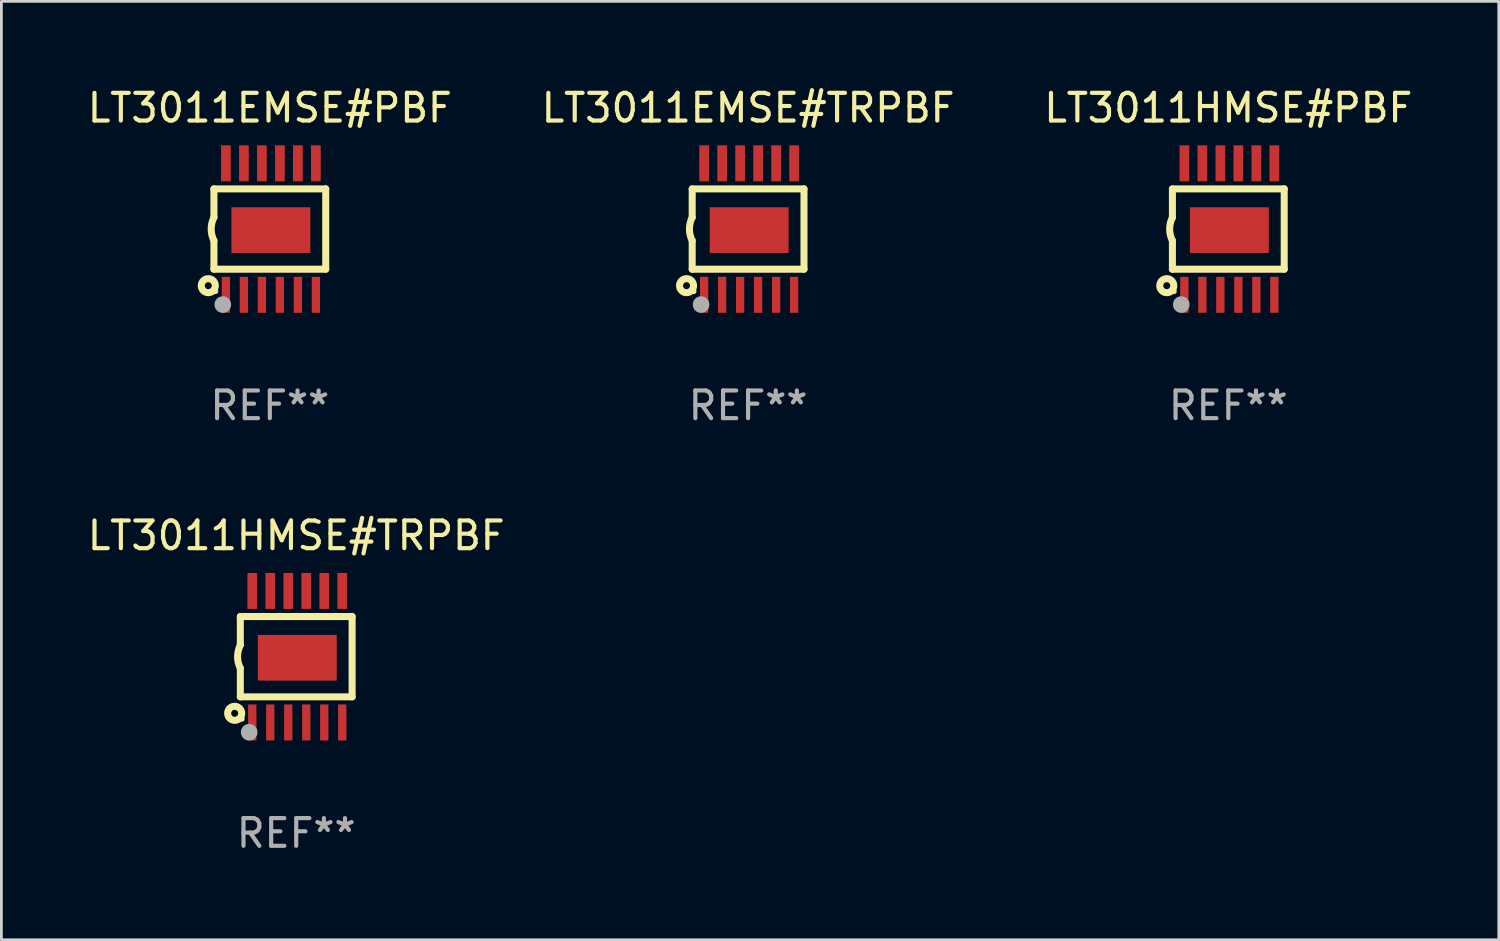
<source format=kicad_pcb>
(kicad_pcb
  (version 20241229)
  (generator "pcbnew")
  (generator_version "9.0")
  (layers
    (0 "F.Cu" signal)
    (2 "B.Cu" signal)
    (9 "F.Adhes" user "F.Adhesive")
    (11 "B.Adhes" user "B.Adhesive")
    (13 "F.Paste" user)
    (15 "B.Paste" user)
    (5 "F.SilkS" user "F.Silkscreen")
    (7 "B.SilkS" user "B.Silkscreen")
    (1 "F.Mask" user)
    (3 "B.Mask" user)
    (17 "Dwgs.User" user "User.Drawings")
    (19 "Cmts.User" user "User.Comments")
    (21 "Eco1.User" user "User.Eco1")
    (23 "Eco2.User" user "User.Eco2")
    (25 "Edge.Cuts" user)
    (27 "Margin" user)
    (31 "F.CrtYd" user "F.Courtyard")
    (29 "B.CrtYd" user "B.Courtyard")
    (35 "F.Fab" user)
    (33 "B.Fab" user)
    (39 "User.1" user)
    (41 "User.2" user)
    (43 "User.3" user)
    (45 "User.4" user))
  (footprint "LT3011EMSE#TRPBF"
    (layer "F.Cu")
    (at 23.97 5.223)
    (property "Reference" "LT3011EMSE#TRPBF" (at 0 -4.375 0) (layer "F.SilkS") (effects (font (size 1 1) (thickness 0.15))))
    (attr through_hole)
    (fp_line (start -2.019 -1.45) (end -2.019 -0.419) (stroke (width 0.254) (type solid)) (layer "F.SilkS"))
    (fp_line (start -2.019 1.45) (end -2.019 0.419) (stroke (width 0.254) (type solid)) (layer "F.SilkS"))
    (fp_line (start -2.019 1.45) (end 2.019 1.45) (stroke (width 0.254) (type solid)) (layer "F.SilkS"))
    (fp_line (start 2.019 -1.45) (end -2.019 -1.45) (stroke (width 0.254) (type solid)) (layer "F.SilkS"))
    (fp_line (start 2.019 -1.45) (end 2.019 1.45) (stroke (width 0.254) (type solid)) (layer "F.SilkS"))
    (fp_arc (start -2.019304 0.419101) (mid -2.11824 0) (end -2.019304 -0.419101) (stroke (width 0.254001) (type solid)) (layer "F.SilkS"))
    (fp_circle (center -2.223 2.045) (end -1.969 2.045) (stroke (width 0.254) (type solid)) (fill no) (layer "F.SilkS"))
    (fp_circle (center -1.962 2.25) (end -1.912 2.25) (stroke (width 0.1) (type solid)) (fill no) (layer "F.SilkS"))
    (fp_circle (center -1.699 2.728) (end -1.549 2.728) (stroke (width 0.3) (type solid)) (fill no) (layer "F.Fab"))
    (fp_text user "REF**" (at 0 6.375 0) (layer "F.Fab") (effects (font (size 1 1) (thickness 0.15))))
    (pad "1" smd rect (at -1.587 2.375) (size 0.3 1.3) (layers "F.Cu" "F.Mask" "F.Paste"))
    (pad "2" smd rect (at -0.937 2.375) (size 0.3 1.3) (layers "F.Cu" "F.Mask" "F.Paste"))
    (pad "3" smd rect (at -0.287 2.375) (size 0.3 1.3) (layers "F.Cu" "F.Mask" "F.Paste"))
    (pad "4" smd rect (at 0.363 2.375) (size 0.3 1.3) (layers "F.Cu" "F.Mask" "F.Paste"))
    (pad "5" smd rect (at 1.013 2.375) (size 0.3 1.3) (layers "F.Cu" "F.Mask" "F.Paste"))
    (pad "6" smd rect (at 1.663 2.375) (size 0.3 1.3) (layers "F.Cu" "F.Mask" "F.Paste"))
    (pad "7" smd rect (at 1.663 -2.375) (size 0.35 1.3) (layers "F.Cu" "F.Mask" "F.Paste"))
    (pad "8" smd rect (at 1.013 -2.375) (size 0.35 1.3) (layers "F.Cu" "F.Mask" "F.Paste"))
    (pad "9" smd rect (at 0.363 -2.375) (size 0.35 1.3) (layers "F.Cu" "F.Mask" "F.Paste"))
    (pad "10" smd rect (at -0.287 -2.375) (size 0.35 1.3) (layers "F.Cu" "F.Mask" "F.Paste"))
    (pad "11" smd rect (at -0.937 -2.375) (size 0.35 1.3) (layers "F.Cu" "F.Mask" "F.Paste"))
    (pad "12" smd rect (at -1.587 -2.375) (size 0.35 1.3) (layers "F.Cu" "F.Mask" "F.Paste"))
    (pad "13" smd rect (at 0.038 0.038) (size 2.85 1.65) (layers "F.Cu" "F.Mask" "F.Paste")))
  (footprint "LT3011HMSE#TRPBF"
    (layer "F.Cu")
    (at 7.649 20.669)
    (property "Reference" "LT3011HMSE#TRPBF" (at 0 -4.375 0) (layer "F.SilkS") (effects (font (size 1 1) (thickness 0.15))))
    (attr through_hole)
    (fp_line (start -2.019 -1.45) (end -2.019 -0.419) (stroke (width 0.254) (type solid)) (layer "F.SilkS"))
    (fp_line (start -2.019 1.45) (end -2.019 0.419) (stroke (width 0.254) (type solid)) (layer "F.SilkS"))
    (fp_line (start -2.019 1.45) (end 2.019 1.45) (stroke (width 0.254) (type solid)) (layer "F.SilkS"))
    (fp_line (start 2.019 -1.45) (end -2.019 -1.45) (stroke (width 0.254) (type solid)) (layer "F.SilkS"))
    (fp_line (start 2.019 -1.45) (end 2.019 1.45) (stroke (width 0.254) (type solid)) (layer "F.SilkS"))
    (fp_arc (start -2.019304 0.419101) (mid -2.11824 0) (end -2.019304 -0.419101) (stroke (width 0.254001) (type solid)) (layer "F.SilkS"))
    (fp_circle (center -2.223 2.045) (end -1.969 2.045) (stroke (width 0.254) (type solid)) (fill no) (layer "F.SilkS"))
    (fp_circle (center -1.962 2.25) (end -1.912 2.25) (stroke (width 0.1) (type solid)) (fill no) (layer "F.SilkS"))
    (fp_circle (center -1.699 2.728) (end -1.549 2.728) (stroke (width 0.3) (type solid)) (fill no) (layer "F.Fab"))
    (fp_text user "REF**" (at 0 6.375 0) (layer "F.Fab") (effects (font (size 1 1) (thickness 0.15))))
    (pad "1" smd rect (at -1.587 2.375) (size 0.3 1.3) (layers "F.Cu" "F.Mask" "F.Paste"))
    (pad "2" smd rect (at -0.937 2.375) (size 0.3 1.3) (layers "F.Cu" "F.Mask" "F.Paste"))
    (pad "3" smd rect (at -0.287 2.375) (size 0.3 1.3) (layers "F.Cu" "F.Mask" "F.Paste"))
    (pad "4" smd rect (at 0.363 2.375) (size 0.3 1.3) (layers "F.Cu" "F.Mask" "F.Paste"))
    (pad "5" smd rect (at 1.013 2.375) (size 0.3 1.3) (layers "F.Cu" "F.Mask" "F.Paste"))
    (pad "6" smd rect (at 1.663 2.375) (size 0.3 1.3) (layers "F.Cu" "F.Mask" "F.Paste"))
    (pad "7" smd rect (at 1.663 -2.375) (size 0.35 1.3) (layers "F.Cu" "F.Mask" "F.Paste"))
    (pad "8" smd rect (at 1.013 -2.375) (size 0.35 1.3) (layers "F.Cu" "F.Mask" "F.Paste"))
    (pad "9" smd rect (at 0.363 -2.375) (size 0.35 1.3) (layers "F.Cu" "F.Mask" "F.Paste"))
    (pad "10" smd rect (at -0.287 -2.375) (size 0.35 1.3) (layers "F.Cu" "F.Mask" "F.Paste"))
    (pad "11" smd rect (at -0.937 -2.375) (size 0.35 1.3) (layers "F.Cu" "F.Mask" "F.Paste"))
    (pad "12" smd rect (at -1.587 -2.375) (size 0.35 1.3) (layers "F.Cu" "F.Mask" "F.Paste"))
    (pad "13" smd rect (at 0.038 0.038) (size 2.85 1.65) (layers "F.Cu" "F.Mask" "F.Paste")))
  (footprint "LT3011HMSE#PBF"
    (layer "F.Cu")
    (at 41.315 5.223)
    (property "Reference" "LT3011HMSE#PBF" (at 0 -4.375 0) (layer "F.SilkS") (effects (font (size 1 1) (thickness 0.15))))
    (attr through_hole)
    (fp_line (start -2.019 -1.45) (end -2.019 -0.419) (stroke (width 0.254) (type solid)) (layer "F.SilkS"))
    (fp_line (start -2.019 1.45) (end -2.019 0.419) (stroke (width 0.254) (type solid)) (layer "F.SilkS"))
    (fp_line (start -2.019 1.45) (end 2.019 1.45) (stroke (width 0.254) (type solid)) (layer "F.SilkS"))
    (fp_line (start 2.019 -1.45) (end -2.019 -1.45) (stroke (width 0.254) (type solid)) (layer "F.SilkS"))
    (fp_line (start 2.019 -1.45) (end 2.019 1.45) (stroke (width 0.254) (type solid)) (layer "F.SilkS"))
    (fp_arc (start -2.019304 0.419101) (mid -2.11824 0) (end -2.019304 -0.419101) (stroke (width 0.254001) (type solid)) (layer "F.SilkS"))
    (fp_circle (center -2.223 2.045) (end -1.969 2.045) (stroke (width 0.254) (type solid)) (fill no) (layer "F.SilkS"))
    (fp_circle (center -1.962 2.25) (end -1.912 2.25) (stroke (width 0.1) (type solid)) (fill no) (layer "F.SilkS"))
    (fp_circle (center -1.699 2.728) (end -1.549 2.728) (stroke (width 0.3) (type solid)) (fill no) (layer "F.Fab"))
    (fp_text user "REF**" (at 0 6.375 0) (layer "F.Fab") (effects (font (size 1 1) (thickness 0.15))))
    (pad "1" smd rect (at -1.587 2.375) (size 0.3 1.3) (layers "F.Cu" "F.Mask" "F.Paste"))
    (pad "2" smd rect (at -0.937 2.375) (size 0.3 1.3) (layers "F.Cu" "F.Mask" "F.Paste"))
    (pad "3" smd rect (at -0.287 2.375) (size 0.3 1.3) (layers "F.Cu" "F.Mask" "F.Paste"))
    (pad "4" smd rect (at 0.363 2.375) (size 0.3 1.3) (layers "F.Cu" "F.Mask" "F.Paste"))
    (pad "5" smd rect (at 1.013 2.375) (size 0.3 1.3) (layers "F.Cu" "F.Mask" "F.Paste"))
    (pad "6" smd rect (at 1.663 2.375) (size 0.3 1.3) (layers "F.Cu" "F.Mask" "F.Paste"))
    (pad "7" smd rect (at 1.663 -2.375) (size 0.35 1.3) (layers "F.Cu" "F.Mask" "F.Paste"))
    (pad "8" smd rect (at 1.013 -2.375) (size 0.35 1.3) (layers "F.Cu" "F.Mask" "F.Paste"))
    (pad "9" smd rect (at 0.363 -2.375) (size 0.35 1.3) (layers "F.Cu" "F.Mask" "F.Paste"))
    (pad "10" smd rect (at -0.287 -2.375) (size 0.35 1.3) (layers "F.Cu" "F.Mask" "F.Paste"))
    (pad "11" smd rect (at -0.937 -2.375) (size 0.35 1.3) (layers "F.Cu" "F.Mask" "F.Paste"))
    (pad "12" smd rect (at -1.587 -2.375) (size 0.35 1.3) (layers "F.Cu" "F.Mask" "F.Paste"))
    (pad "13" smd rect (at 0.038 0.038) (size 2.85 1.65) (layers "F.Cu" "F.Mask" "F.Paste")))
  (footprint "LT3011EMSE#PBF"
    (layer "F.Cu")
    (at 6.696 5.223)
    (property "Reference" "LT3011EMSE#PBF" (at 0 -4.375 0) (layer "F.SilkS") (effects (font (size 1 1) (thickness 0.15))))
    (attr through_hole)
    (fp_line (start -2.019 -1.45) (end -2.019 -0.419) (stroke (width 0.254) (type solid)) (layer "F.SilkS"))
    (fp_line (start -2.019 1.45) (end -2.019 0.419) (stroke (width 0.254) (type solid)) (layer "F.SilkS"))
    (fp_line (start -2.019 1.45) (end 2.019 1.45) (stroke (width 0.254) (type solid)) (layer "F.SilkS"))
    (fp_line (start 2.019 -1.45) (end -2.019 -1.45) (stroke (width 0.254) (type solid)) (layer "F.SilkS"))
    (fp_line (start 2.019 -1.45) (end 2.019 1.45) (stroke (width 0.254) (type solid)) (layer "F.SilkS"))
    (fp_arc (start -2.019304 0.419101) (mid -2.11824 0) (end -2.019304 -0.419101) (stroke (width 0.254001) (type solid)) (layer "F.SilkS"))
    (fp_circle (center -2.223 2.045) (end -1.969 2.045) (stroke (width 0.254) (type solid)) (fill no) (layer "F.SilkS"))
    (fp_circle (center -1.962 2.25) (end -1.912 2.25) (stroke (width 0.1) (type solid)) (fill no) (layer "F.SilkS"))
    (fp_circle (center -1.699 2.728) (end -1.549 2.728) (stroke (width 0.3) (type solid)) (fill no) (layer "F.Fab"))
    (fp_text user "REF**" (at 0 6.375 0) (layer "F.Fab") (effects (font (size 1 1) (thickness 0.15))))
    (pad "1" smd rect (at -1.587 2.375) (size 0.3 1.3) (layers "F.Cu" "F.Mask" "F.Paste"))
    (pad "2" smd rect (at -0.937 2.375) (size 0.3 1.3) (layers "F.Cu" "F.Mask" "F.Paste"))
    (pad "3" smd rect (at -0.287 2.375) (size 0.3 1.3) (layers "F.Cu" "F.Mask" "F.Paste"))
    (pad "4" smd rect (at 0.363 2.375) (size 0.3 1.3) (layers "F.Cu" "F.Mask" "F.Paste"))
    (pad "5" smd rect (at 1.013 2.375) (size 0.3 1.3) (layers "F.Cu" "F.Mask" "F.Paste"))
    (pad "6" smd rect (at 1.663 2.375) (size 0.3 1.3) (layers "F.Cu" "F.Mask" "F.Paste"))
    (pad "7" smd rect (at 1.663 -2.375) (size 0.35 1.3) (layers "F.Cu" "F.Mask" "F.Paste"))
    (pad "8" smd rect (at 1.013 -2.375) (size 0.35 1.3) (layers "F.Cu" "F.Mask" "F.Paste"))
    (pad "9" smd rect (at 0.363 -2.375) (size 0.35 1.3) (layers "F.Cu" "F.Mask" "F.Paste"))
    (pad "10" smd rect (at -0.287 -2.375) (size 0.35 1.3) (layers "F.Cu" "F.Mask" "F.Paste"))
    (pad "11" smd rect (at -0.937 -2.375) (size 0.35 1.3) (layers "F.Cu" "F.Mask" "F.Paste"))
    (pad "12" smd rect (at -1.587 -2.375) (size 0.35 1.3) (layers "F.Cu" "F.Mask" "F.Paste"))
    (pad "13" smd rect (at 0.038 0.038) (size 2.85 1.65) (layers "F.Cu" "F.Mask" "F.Paste")))
  (gr_rect
    (start -3 -3)
    (end 51.083 30.893)
    (stroke (width 0.1) (type default))
    (fill no)
    (layer "Edge.Cuts")))
</source>
